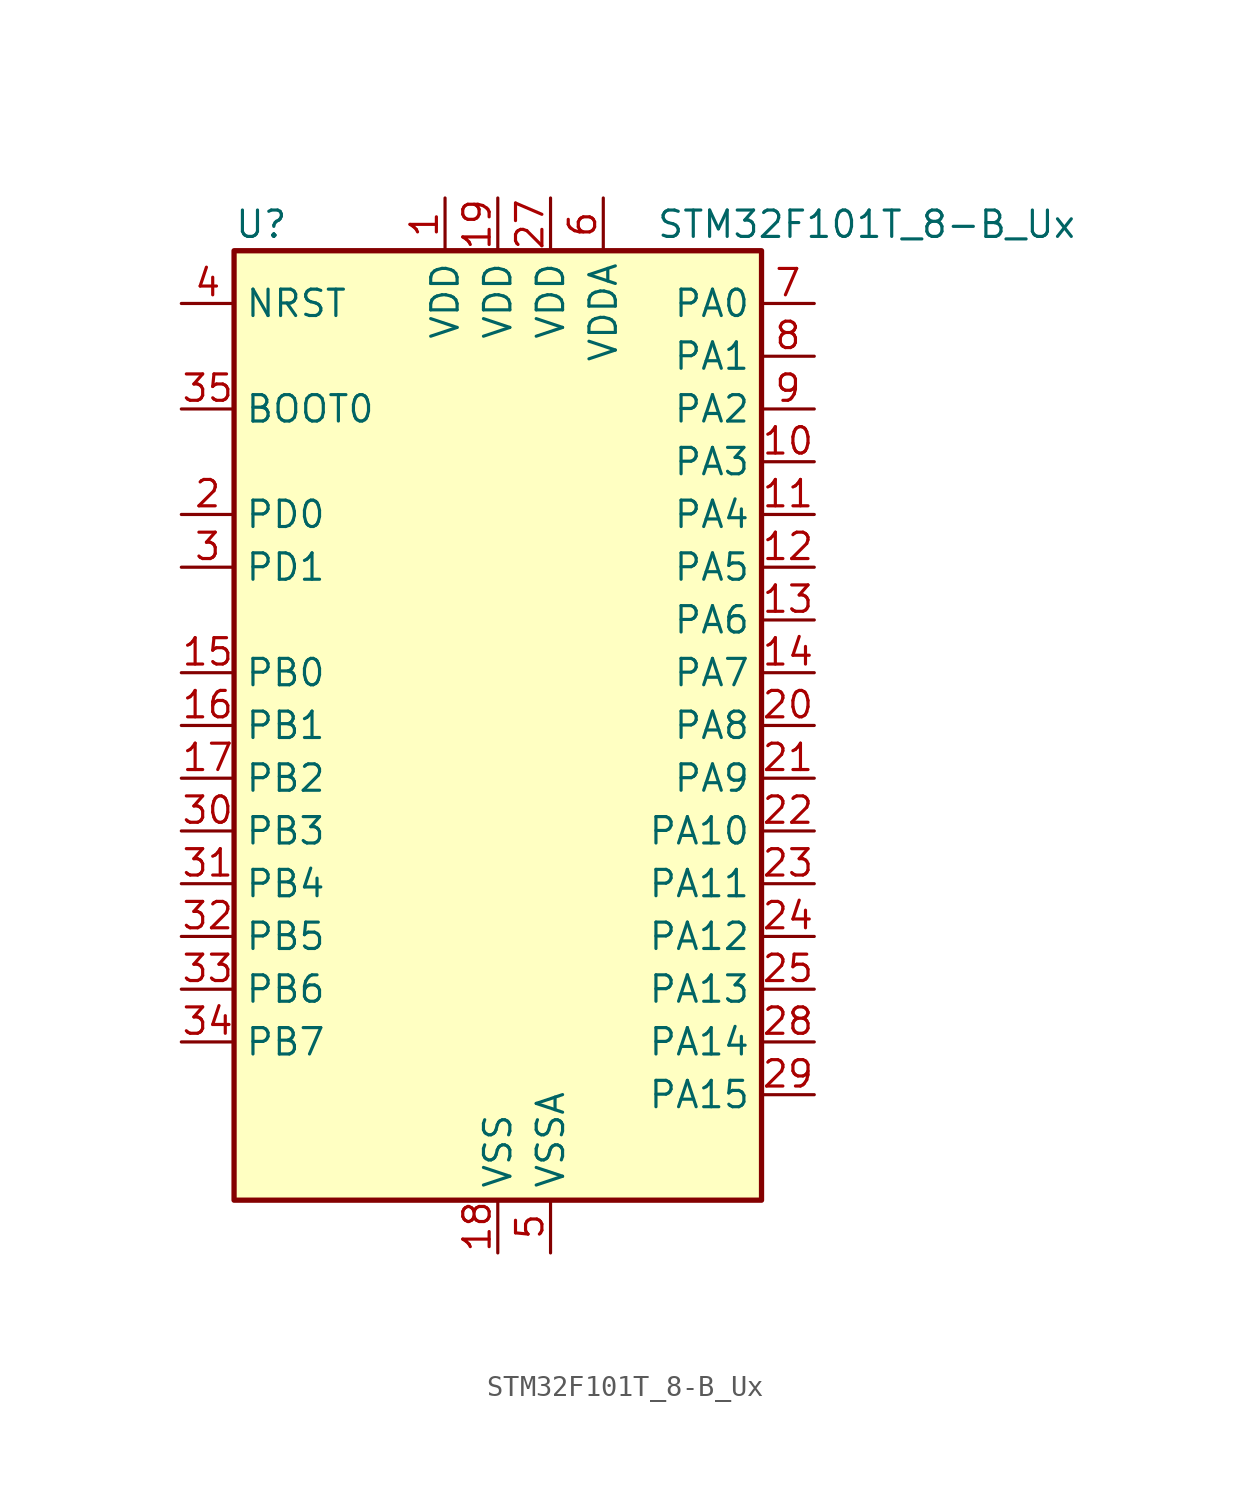
<source format=kicad_sym>
(kicad_symbol_lib
  (version 20231120)
  (generator "kicad_symbol_editor")
  (generator_version "8.0")
  (symbol "STM32F101T_8-B_Ux"
    (property "Reference" "U"
      (at -12.7 24.13 0)
      (effects (font (size 1.27 1.27)) (justify left)))
    (property "Value" "STM32F101T_8-B_Ux"
      (at 7.62 24.13 0)
      (effects (font (size 1.27 1.27)) (justify left)))
    (property "ki_locked" ""
      (at 0 0 0)
      (effects (font (size 1.27 1.27))))
    (symbol "STM32F101T_8-B_Ux_0_1"
      (rectangle (start -12.7 -22.86) (end 12.7 22.86) (stroke (width 0.254) (type default)) (fill (type background))))
    (symbol "STM32F101T_8-B_Ux_1_1"
      (pin power_in line (at -2.54 25.4 270) (length 2.54) (name "VDD" (effects (font (size 1.27 1.27)))) (number "1" (effects (font (size 1.27 1.27)))))
      (pin bidirectional line (at 15.24 12.7 180) (length 2.54) (name "PA3" (effects (font (size 1.27 1.27)))) (number "10" (effects (font (size 1.27 1.27)))) (alternate "ADC1_IN3" bidirectional line) (alternate "TIM2_CH4" bidirectional line) (alternate "USART2_RX" bidirectional line))
      (pin bidirectional line (at 15.24 10.16 180) (length 2.54) (name "PA4" (effects (font (size 1.27 1.27)))) (number "11" (effects (font (size 1.27 1.27)))) (alternate "ADC1_IN4" bidirectional line) (alternate "SPI1_NSS" bidirectional line) (alternate "USART2_CK" bidirectional line))
      (pin bidirectional line (at 15.24 7.62 180) (length 2.54) (name "PA5" (effects (font (size 1.27 1.27)))) (number "12" (effects (font (size 1.27 1.27)))) (alternate "ADC1_IN5" bidirectional line) (alternate "SPI1_SCK" bidirectional line))
      (pin bidirectional line (at 15.24 5.08 180) (length 2.54) (name "PA6" (effects (font (size 1.27 1.27)))) (number "13" (effects (font (size 1.27 1.27)))) (alternate "ADC1_IN6" bidirectional line) (alternate "SPI1_MISO" bidirectional line) (alternate "TIM3_CH1" bidirectional line))
      (pin bidirectional line (at 15.24 2.54 180) (length 2.54) (name "PA7" (effects (font (size 1.27 1.27)))) (number "14" (effects (font (size 1.27 1.27)))) (alternate "ADC1_IN7" bidirectional line) (alternate "SPI1_MOSI" bidirectional line) (alternate "TIM3_CH2" bidirectional line))
      (pin bidirectional line (at -15.24 2.54 0) (length 2.54) (name "PB0" (effects (font (size 1.27 1.27)))) (number "15" (effects (font (size 1.27 1.27)))) (alternate "ADC1_IN8" bidirectional line) (alternate "TIM3_CH3" bidirectional line))
      (pin bidirectional line (at -15.24 0 0) (length 2.54) (name "PB1" (effects (font (size 1.27 1.27)))) (number "16" (effects (font (size 1.27 1.27)))) (alternate "ADC1_IN9" bidirectional line) (alternate "TIM3_CH4" bidirectional line))
      (pin bidirectional line (at -15.24 -2.54 0) (length 2.54) (name "PB2" (effects (font (size 1.27 1.27)))) (number "17" (effects (font (size 1.27 1.27)))))
      (pin power_in line (at 0 -25.4 90) (length 2.54) (name "VSS" (effects (font (size 1.27 1.27)))) (number "18" (effects (font (size 1.27 1.27)))))
      (pin power_in line (at 0 25.4 270) (length 2.54) (name "VDD" (effects (font (size 1.27 1.27)))) (number "19" (effects (font (size 1.27 1.27)))))
      (pin bidirectional line (at -15.24 10.16 0) (length 2.54) (name "PD0" (effects (font (size 1.27 1.27)))) (number "2" (effects (font (size 1.27 1.27)))) (alternate "RCC_OSC_IN" bidirectional line))
      (pin bidirectional line (at 15.24 0 180) (length 2.54) (name "PA8" (effects (font (size 1.27 1.27)))) (number "20" (effects (font (size 1.27 1.27)))) (alternate "RCC_MCO" bidirectional line) (alternate "USART1_CK" bidirectional line))
      (pin bidirectional line (at 15.24 -2.54 180) (length 2.54) (name "PA9" (effects (font (size 1.27 1.27)))) (number "21" (effects (font (size 1.27 1.27)))) (alternate "USART1_TX" bidirectional line))
      (pin bidirectional line (at 15.24 -5.08 180) (length 2.54) (name "PA10" (effects (font (size 1.27 1.27)))) (number "22" (effects (font (size 1.27 1.27)))) (alternate "USART1_RX" bidirectional line))
      (pin bidirectional line (at 15.24 -7.62 180) (length 2.54) (name "PA11" (effects (font (size 1.27 1.27)))) (number "23" (effects (font (size 1.27 1.27)))) (alternate "ADC1_EXTI11" bidirectional line) (alternate "USART1_CTS" bidirectional line))
      (pin bidirectional line (at 15.24 -10.16 180) (length 2.54) (name "PA12" (effects (font (size 1.27 1.27)))) (number "24" (effects (font (size 1.27 1.27)))) (alternate "USART1_RTS" bidirectional line))
      (pin bidirectional line (at 15.24 -12.7 180) (length 2.54) (name "PA13" (effects (font (size 1.27 1.27)))) (number "25" (effects (font (size 1.27 1.27)))) (alternate "SYS_JTMS-SWDIO" bidirectional line))
      (pin passive line (at 0 -25.4 90) (length 2.54) hide (name "VSS" (effects (font (size 1.27 1.27)))) (number "26" (effects (font (size 1.27 1.27)))))
      (pin power_in line (at 2.54 25.4 270) (length 2.54) (name "VDD" (effects (font (size 1.27 1.27)))) (number "27" (effects (font (size 1.27 1.27)))))
      (pin bidirectional line (at 15.24 -15.24 180) (length 2.54) (name "PA14" (effects (font (size 1.27 1.27)))) (number "28" (effects (font (size 1.27 1.27)))) (alternate "SYS_JTCK-SWCLK" bidirectional line))
      (pin bidirectional line (at 15.24 -17.78 180) (length 2.54) (name "PA15" (effects (font (size 1.27 1.27)))) (number "29" (effects (font (size 1.27 1.27)))) (alternate "ADC1_EXTI15" bidirectional line) (alternate "SPI1_NSS" bidirectional line) (alternate "SYS_JTDI" bidirectional line) (alternate "TIM2_CH1" bidirectional line) (alternate "TIM2_ETR" bidirectional line))
      (pin bidirectional line (at -15.24 7.62 0) (length 2.54) (name "PD1" (effects (font (size 1.27 1.27)))) (number "3" (effects (font (size 1.27 1.27)))) (alternate "RCC_OSC_OUT" bidirectional line))
      (pin bidirectional line (at -15.24 -5.08 0) (length 2.54) (name "PB3" (effects (font (size 1.27 1.27)))) (number "30" (effects (font (size 1.27 1.27)))) (alternate "SPI1_SCK" bidirectional line) (alternate "SYS_JTDO-TRACESWO" bidirectional line) (alternate "TIM2_CH2" bidirectional line))
      (pin bidirectional line (at -15.24 -7.62 0) (length 2.54) (name "PB4" (effects (font (size 1.27 1.27)))) (number "31" (effects (font (size 1.27 1.27)))) (alternate "SPI1_MISO" bidirectional line) (alternate "SYS_NJTRST" bidirectional line) (alternate "TIM3_CH1" bidirectional line))
      (pin bidirectional line (at -15.24 -10.16 0) (length 2.54) (name "PB5" (effects (font (size 1.27 1.27)))) (number "32" (effects (font (size 1.27 1.27)))) (alternate "I2C1_SMBA" bidirectional line) (alternate "SPI1_MOSI" bidirectional line) (alternate "TIM3_CH2" bidirectional line))
      (pin bidirectional line (at -15.24 -12.7 0) (length 2.54) (name "PB6" (effects (font (size 1.27 1.27)))) (number "33" (effects (font (size 1.27 1.27)))) (alternate "I2C1_SCL" bidirectional line) (alternate "TIM4_CH1" bidirectional line) (alternate "USART1_TX" bidirectional line))
      (pin bidirectional line (at -15.24 -15.24 0) (length 2.54) (name "PB7" (effects (font (size 1.27 1.27)))) (number "34" (effects (font (size 1.27 1.27)))) (alternate "I2C1_SDA" bidirectional line) (alternate "TIM4_CH2" bidirectional line) (alternate "USART1_RX" bidirectional line))
      (pin input line (at -15.24 15.24 0) (length 2.54) (name "BOOT0" (effects (font (size 1.27 1.27)))) (number "35" (effects (font (size 1.27 1.27)))))
      (pin passive line (at 0 -25.4 90) (length 2.54) hide (name "VSS" (effects (font (size 1.27 1.27)))) (number "36" (effects (font (size 1.27 1.27)))))
      (pin passive line (at 0 -25.4 90) (length 2.54) hide (name "VSS" (effects (font (size 1.27 1.27)))) (number "37" (effects (font (size 1.27 1.27)))))
      (pin input line (at -15.24 20.32 0) (length 2.54) (name "NRST" (effects (font (size 1.27 1.27)))) (number "4" (effects (font (size 1.27 1.27)))))
      (pin power_in line (at 2.54 -25.4 90) (length 2.54) (name "VSSA" (effects (font (size 1.27 1.27)))) (number "5" (effects (font (size 1.27 1.27)))))
      (pin power_in line (at 5.08 25.4 270) (length 2.54) (name "VDDA" (effects (font (size 1.27 1.27)))) (number "6" (effects (font (size 1.27 1.27)))))
      (pin bidirectional line (at 15.24 20.32 180) (length 2.54) (name "PA0" (effects (font (size 1.27 1.27)))) (number "7" (effects (font (size 1.27 1.27)))) (alternate "ADC1_IN0" bidirectional line) (alternate "SYS_WKUP" bidirectional line) (alternate "TIM2_CH1" bidirectional line) (alternate "TIM2_ETR" bidirectional line) (alternate "USART2_CTS" bidirectional line))
      (pin bidirectional line (at 15.24 17.78 180) (length 2.54) (name "PA1" (effects (font (size 1.27 1.27)))) (number "8" (effects (font (size 1.27 1.27)))) (alternate "ADC1_IN1" bidirectional line) (alternate "TIM2_CH2" bidirectional line) (alternate "USART2_RTS" bidirectional line))
      (pin bidirectional line (at 15.24 15.24 180) (length 2.54) (name "PA2" (effects (font (size 1.27 1.27)))) (number "9" (effects (font (size 1.27 1.27)))) (alternate "ADC1_IN2" bidirectional line) (alternate "TIM2_CH3" bidirectional line) (alternate "USART2_TX" bidirectional line)))))
</source>
